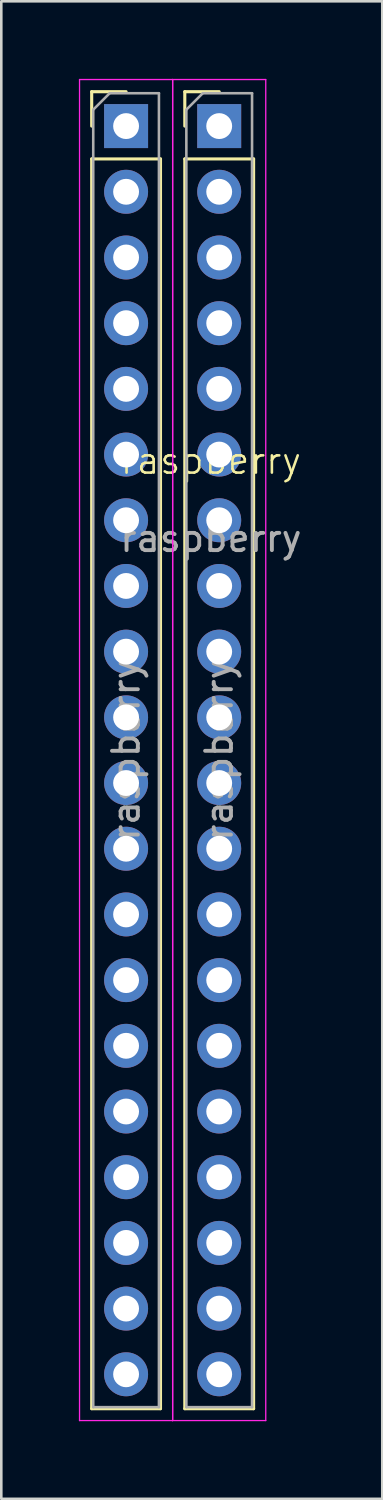
<source format=kicad_pcb>
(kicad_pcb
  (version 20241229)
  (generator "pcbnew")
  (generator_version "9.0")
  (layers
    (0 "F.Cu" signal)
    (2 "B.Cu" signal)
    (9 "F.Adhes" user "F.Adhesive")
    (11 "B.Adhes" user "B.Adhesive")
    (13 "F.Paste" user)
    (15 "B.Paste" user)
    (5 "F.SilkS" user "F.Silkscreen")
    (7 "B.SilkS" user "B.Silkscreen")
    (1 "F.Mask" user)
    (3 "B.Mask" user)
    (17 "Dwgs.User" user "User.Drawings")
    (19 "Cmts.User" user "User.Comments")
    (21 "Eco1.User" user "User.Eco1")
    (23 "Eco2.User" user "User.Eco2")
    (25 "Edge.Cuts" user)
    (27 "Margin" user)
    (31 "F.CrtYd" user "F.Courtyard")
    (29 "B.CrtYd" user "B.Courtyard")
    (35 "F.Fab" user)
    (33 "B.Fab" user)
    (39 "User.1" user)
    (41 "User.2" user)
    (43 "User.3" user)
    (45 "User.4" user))
  (footprint "raspberry"
    (layer "F.Cu")
    (at 5.105 15.265)
    (property "Reference" "raspberry" (at 0 -0.5 0) (unlocked yes) (layer "F.SilkS") (effects (font (size 1 1) (thickness 0.1))))
    (attr smd)
    (fp_line (start -4.61 -14.77) (end -3.28 -14.77) (stroke (width 0.12) (type solid)) (layer "F.SilkS"))
    (fp_line (start -4.61 -13.44) (end -4.61 -14.77) (stroke (width 0.12) (type solid)) (layer "F.SilkS"))
    (fp_line (start -4.61 -12.17) (end -4.61 36.15) (stroke (width 0.12) (type solid)) (layer "F.SilkS"))
    (fp_line (start -4.61 -12.17) (end -1.95 -12.17) (stroke (width 0.12) (type solid)) (layer "F.SilkS"))
    (fp_line (start -4.61 36.15) (end -1.95 36.15) (stroke (width 0.12) (type solid)) (layer "F.SilkS"))
    (fp_line (start -1.95 -12.17) (end -1.95 36.15) (stroke (width 0.12) (type solid)) (layer "F.SilkS"))
    (fp_line (start -1.01 -14.77) (end 0.32 -14.77) (stroke (width 0.12) (type solid)) (layer "F.SilkS"))
    (fp_line (start -1.01 -13.44) (end -1.01 -14.77) (stroke (width 0.12) (type solid)) (layer "F.SilkS"))
    (fp_line (start -1.01 -12.17) (end -1.01 36.15) (stroke (width 0.12) (type solid)) (layer "F.SilkS"))
    (fp_line (start -1.01 -12.17) (end 1.65 -12.17) (stroke (width 0.12) (type solid)) (layer "F.SilkS"))
    (fp_line (start -1.01 36.15) (end 1.65 36.15) (stroke (width 0.12) (type solid)) (layer "F.SilkS"))
    (fp_line (start 1.65 -12.17) (end 1.65 36.15) (stroke (width 0.12) (type solid)) (layer "F.SilkS"))
    (fp_line (start -5.08 -15.24) (end -5.08 36.61) (stroke (width 0.05) (type solid)) (layer "F.CrtYd"))
    (fp_line (start -5.08 36.61) (end -1.48 36.61) (stroke (width 0.05) (type solid)) (layer "F.CrtYd"))
    (fp_line (start -1.48 -15.24) (end -5.08 -15.24) (stroke (width 0.05) (type solid)) (layer "F.CrtYd"))
    (fp_line (start -1.48 -15.24) (end -1.48 36.61) (stroke (width 0.05) (type solid)) (layer "F.CrtYd"))
    (fp_line (start -1.48 36.61) (end -1.48 -15.24) (stroke (width 0.05) (type solid)) (layer "F.CrtYd"))
    (fp_line (start -1.48 36.61) (end 2.12 36.61) (stroke (width 0.05) (type solid)) (layer "F.CrtYd"))
    (fp_line (start 2.12 -15.24) (end -1.48 -15.24) (stroke (width 0.05) (type solid)) (layer "F.CrtYd"))
    (fp_line (start 2.12 36.61) (end 2.12 -15.24) (stroke (width 0.05) (type solid)) (layer "F.CrtYd"))
    (fp_line (start -4.55 -14.075) (end -3.915 -14.71) (stroke (width 0.1) (type solid)) (layer "F.Fab"))
    (fp_line (start -4.55 36.09) (end -4.55 -14.075) (stroke (width 0.1) (type solid)) (layer "F.Fab"))
    (fp_line (start -3.915 -14.71) (end -2.01 -14.71) (stroke (width 0.1) (type solid)) (layer "F.Fab"))
    (fp_line (start -2.01 -14.71) (end -2.01 36.09) (stroke (width 0.1) (type solid)) (layer "F.Fab"))
    (fp_line (start -2.01 36.09) (end -4.55 36.09) (stroke (width 0.1) (type solid)) (layer "F.Fab"))
    (fp_line (start -0.95 -14.075) (end -0.315 -14.71) (stroke (width 0.1) (type solid)) (layer "F.Fab"))
    (fp_line (start -0.95 36.09) (end -0.95 -14.075) (stroke (width 0.1) (type solid)) (layer "F.Fab"))
    (fp_line (start -0.315 -14.71) (end 1.59 -14.71) (stroke (width 0.1) (type solid)) (layer "F.Fab"))
    (fp_line (start 1.59 -14.71) (end 1.59 36.09) (stroke (width 0.1) (type solid)) (layer "F.Fab"))
    (fp_line (start 1.59 36.09) (end -0.95 36.09) (stroke (width 0.1) (type solid)) (layer "F.Fab"))
    (fp_text user "${REFERENCE}" (at 0 2.5 0) (unlocked yes) (layer "F.Fab") (effects (font (size 1 1) (thickness 0.15))))
    (fp_text user "${REFERENCE}" (at -3.28 10.69 90) (layer "F.Fab") (effects (font (size 1 1) (thickness 0.15))))
    (fp_text user "${REFERENCE}" (at 0.32 10.69 90) (layer "F.Fab") (effects (font (size 1 1) (thickness 0.15))))
    (pad "1" thru_hole rect (at -3.28 -13.44) (size 1.7 1.7) (drill 1) (layers "*.Cu" "*.Mask"))
    (pad "1" thru_hole rect (at 0.32 -13.44) (size 1.7 1.7) (drill 1) (layers "*.Cu" "*.Mask"))
    (pad "2" thru_hole oval (at -3.28 -10.9) (size 1.7 1.7) (drill 1) (layers "*.Cu" "*.Mask"))
    (pad "2" thru_hole oval (at 0.32 -10.9) (size 1.7 1.7) (drill 1) (layers "*.Cu" "*.Mask"))
    (pad "3" thru_hole oval (at -3.28 -8.36) (size 1.7 1.7) (drill 1) (layers "*.Cu" "*.Mask"))
    (pad "3" thru_hole oval (at 0.32 -8.36) (size 1.7 1.7) (drill 1) (layers "*.Cu" "*.Mask"))
    (pad "4" thru_hole oval (at -3.28 -5.82) (size 1.7 1.7) (drill 1) (layers "*.Cu" "*.Mask"))
    (pad "4" thru_hole oval (at 0.32 -5.82) (size 1.7 1.7) (drill 1) (layers "*.Cu" "*.Mask"))
    (pad "5" thru_hole oval (at -3.28 -3.28) (size 1.7 1.7) (drill 1) (layers "*.Cu" "*.Mask"))
    (pad "5" thru_hole oval (at 0.32 -3.28) (size 1.7 1.7) (drill 1) (layers "*.Cu" "*.Mask"))
    (pad "6" thru_hole oval (at -3.28 -0.74) (size 1.7 1.7) (drill 1) (layers "*.Cu" "*.Mask"))
    (pad "6" thru_hole oval (at 0.32 -0.74) (size 1.7 1.7) (drill 1) (layers "*.Cu" "*.Mask"))
    (pad "7" thru_hole oval (at -3.28 1.8) (size 1.7 1.7) (drill 1) (layers "*.Cu" "*.Mask"))
    (pad "7" thru_hole oval (at 0.32 1.8) (size 1.7 1.7) (drill 1) (layers "*.Cu" "*.Mask"))
    (pad "8" thru_hole oval (at -3.28 4.34) (size 1.7 1.7) (drill 1) (layers "*.Cu" "*.Mask"))
    (pad "8" thru_hole oval (at 0.32 4.34) (size 1.7 1.7) (drill 1) (layers "*.Cu" "*.Mask"))
    (pad "9" thru_hole oval (at -3.28 6.88) (size 1.7 1.7) (drill 1) (layers "*.Cu" "*.Mask"))
    (pad "9" thru_hole oval (at 0.32 6.88) (size 1.7 1.7) (drill 1) (layers "*.Cu" "*.Mask"))
    (pad "10" thru_hole oval (at -3.28 9.42) (size 1.7 1.7) (drill 1) (layers "*.Cu" "*.Mask"))
    (pad "10" thru_hole oval (at 0.32 9.42) (size 1.7 1.7) (drill 1) (layers "*.Cu" "*.Mask"))
    (pad "11" thru_hole oval (at -3.28 11.96) (size 1.7 1.7) (drill 1) (layers "*.Cu" "*.Mask"))
    (pad "11" thru_hole oval (at 0.32 11.96) (size 1.7 1.7) (drill 1) (layers "*.Cu" "*.Mask"))
    (pad "12" thru_hole oval (at -3.28 14.5) (size 1.7 1.7) (drill 1) (layers "*.Cu" "*.Mask"))
    (pad "12" thru_hole oval (at 0.32 14.5) (size 1.7 1.7) (drill 1) (layers "*.Cu" "*.Mask"))
    (pad "13" thru_hole oval (at -3.28 17.04) (size 1.7 1.7) (drill 1) (layers "*.Cu" "*.Mask"))
    (pad "13" thru_hole oval (at 0.32 17.04) (size 1.7 1.7) (drill 1) (layers "*.Cu" "*.Mask"))
    (pad "14" thru_hole oval (at -3.28 19.58) (size 1.7 1.7) (drill 1) (layers "*.Cu" "*.Mask"))
    (pad "14" thru_hole oval (at 0.32 19.58) (size 1.7 1.7) (drill 1) (layers "*.Cu" "*.Mask"))
    (pad "15" thru_hole oval (at -3.28 22.12) (size 1.7 1.7) (drill 1) (layers "*.Cu" "*.Mask"))
    (pad "15" thru_hole oval (at 0.32 22.12) (size 1.7 1.7) (drill 1) (layers "*.Cu" "*.Mask"))
    (pad "16" thru_hole oval (at -3.28 24.66) (size 1.7 1.7) (drill 1) (layers "*.Cu" "*.Mask"))
    (pad "16" thru_hole oval (at 0.32 24.66) (size 1.7 1.7) (drill 1) (layers "*.Cu" "*.Mask"))
    (pad "17" thru_hole oval (at -3.28 27.2) (size 1.7 1.7) (drill 1) (layers "*.Cu" "*.Mask"))
    (pad "17" thru_hole oval (at 0.32 27.2) (size 1.7 1.7) (drill 1) (layers "*.Cu" "*.Mask"))
    (pad "18" thru_hole oval (at -3.28 29.74) (size 1.7 1.7) (drill 1) (layers "*.Cu" "*.Mask"))
    (pad "18" thru_hole oval (at 0.32 29.74) (size 1.7 1.7) (drill 1) (layers "*.Cu" "*.Mask"))
    (pad "19" thru_hole oval (at -3.28 32.28) (size 1.7 1.7) (drill 1) (layers "*.Cu" "*.Mask"))
    (pad "19" thru_hole oval (at 0.32 32.28) (size 1.7 1.7) (drill 1) (layers "*.Cu" "*.Mask"))
    (pad "20" thru_hole oval (at -3.28 34.82) (size 1.7 1.7) (drill 1) (layers "*.Cu" "*.Mask"))
    (pad "20" thru_hole oval (at 0.32 34.82) (size 1.7 1.7) (drill 1) (layers "*.Cu" "*.Mask")))
  (gr_rect
    (start -3 -3)
    (end 11.73 54.9)
    (stroke (width 0.1) (type default))
    (fill no)
    (layer "Edge.Cuts")))
</source>
